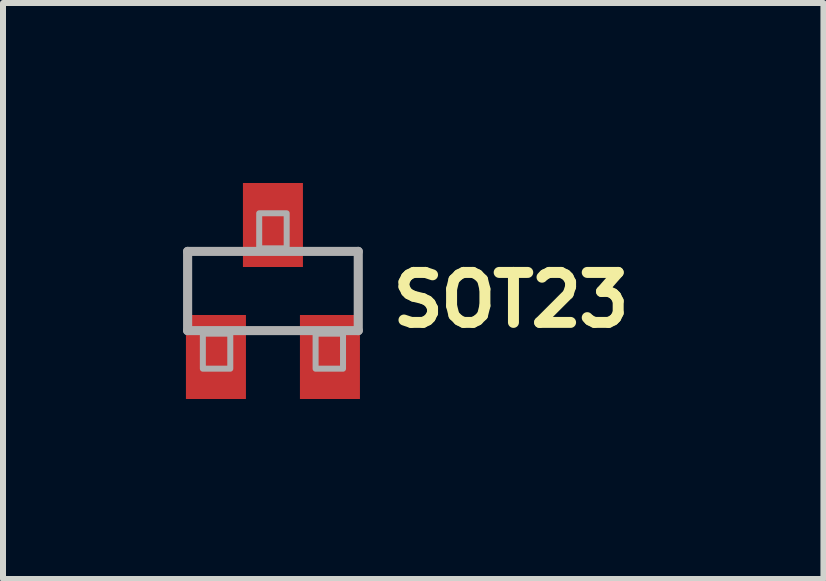
<source format=kicad_pcb>
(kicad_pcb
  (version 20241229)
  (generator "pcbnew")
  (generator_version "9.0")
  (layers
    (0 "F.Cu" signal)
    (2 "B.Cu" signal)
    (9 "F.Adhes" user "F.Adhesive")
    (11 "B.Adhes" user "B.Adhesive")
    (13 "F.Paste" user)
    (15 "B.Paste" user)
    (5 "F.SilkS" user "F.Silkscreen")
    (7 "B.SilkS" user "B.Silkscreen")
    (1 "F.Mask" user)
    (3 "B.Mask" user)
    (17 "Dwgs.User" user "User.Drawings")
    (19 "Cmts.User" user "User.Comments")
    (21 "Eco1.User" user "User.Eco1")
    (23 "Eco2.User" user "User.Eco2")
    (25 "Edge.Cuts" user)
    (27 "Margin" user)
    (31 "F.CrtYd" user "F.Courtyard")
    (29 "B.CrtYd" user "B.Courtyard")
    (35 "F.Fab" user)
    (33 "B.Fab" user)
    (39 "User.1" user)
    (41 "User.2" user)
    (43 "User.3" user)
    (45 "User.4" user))
  (footprint "SOT23"
    (layer "F.Cu")
    (at 1.499 1.8)
    (property "Reference" "SOT23" (at 1.905 0.635 0) (unlocked yes) (layer "F.SilkS") (effects (font (size 0.833 0.833) (thickness 0.183)) (justify left bottom)))
    (fp_line (start -1.422 -0.66) (end 1.422 -0.66) (stroke (width 0.152) (type solid)) (layer "F.Fab"))
    (fp_line (start -1.422 0.66) (end -1.422 -0.66) (stroke (width 0.152) (type solid)) (layer "F.Fab"))
    (fp_line (start 1.422 -0.66) (end 1.422 0.66) (stroke (width 0.152) (type solid)) (layer "F.Fab"))
    (fp_line (start 1.422 0.66) (end -1.422 0.66) (stroke (width 0.152) (type solid)) (layer "F.Fab"))
    (fp_poly (pts (xy -1.168 1.295) (xy -0.711 1.295) (xy -0.711 0.711) (xy -1.168 0.711)) (stroke (width 0.1) (type default)) (fill no) (layer "F.Fab"))
    (fp_poly (pts (xy -0.229 -0.711) (xy 0.229 -0.711) (xy 0.229 -1.295) (xy -0.229 -1.295)) (stroke (width 0.1) (type default)) (fill no) (layer "F.Fab"))
    (fp_poly (pts (xy 0.711 1.295) (xy 1.168 1.295) (xy 1.168 0.711) (xy 0.711 0.711)) (stroke (width 0.1) (type default)) (fill no) (layer "F.Fab"))
    (pad "1" smd rect (at -0.95 1.1) (size 1 1.4) (layers "F.Cu" "F.Mask" "F.Paste"))
    (pad "2" smd rect (at 0.95 1.1) (size 1 1.4) (layers "F.Cu" "F.Mask" "F.Paste"))
    (pad "3" smd rect (at 0 -1.1) (size 1 1.4) (layers "F.Cu" "F.Mask" "F.Paste")))
  (gr_rect
    (start -3 -3)
    (end 10.674 6.6)
    (stroke (width 0.1) (type default))
    (fill no)
    (layer "Edge.Cuts")))
</source>
